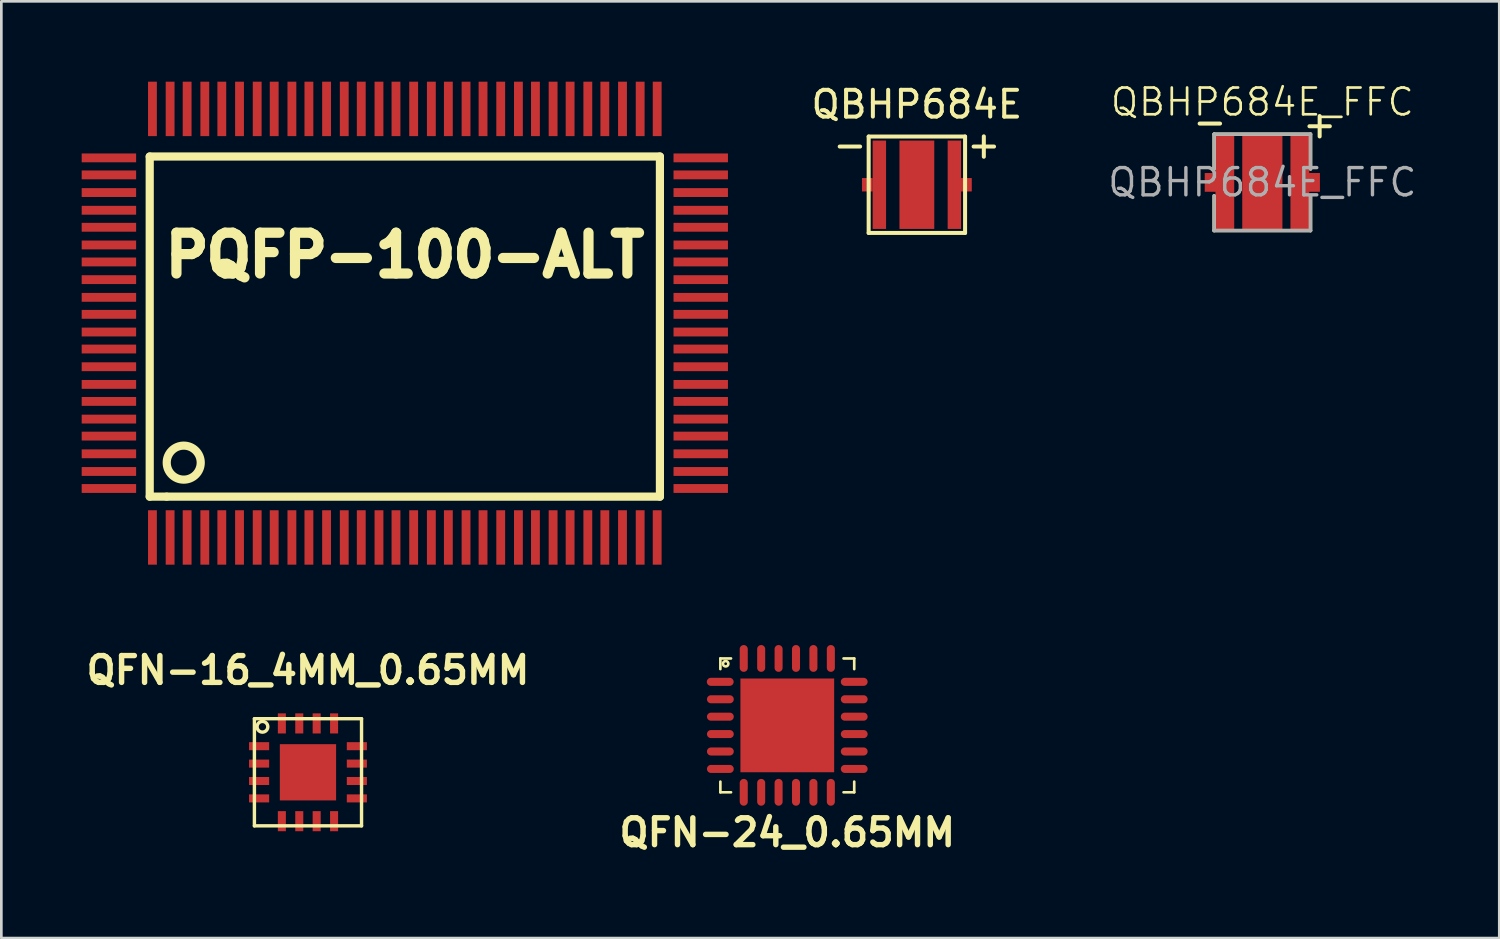
<source format=kicad_pcb>
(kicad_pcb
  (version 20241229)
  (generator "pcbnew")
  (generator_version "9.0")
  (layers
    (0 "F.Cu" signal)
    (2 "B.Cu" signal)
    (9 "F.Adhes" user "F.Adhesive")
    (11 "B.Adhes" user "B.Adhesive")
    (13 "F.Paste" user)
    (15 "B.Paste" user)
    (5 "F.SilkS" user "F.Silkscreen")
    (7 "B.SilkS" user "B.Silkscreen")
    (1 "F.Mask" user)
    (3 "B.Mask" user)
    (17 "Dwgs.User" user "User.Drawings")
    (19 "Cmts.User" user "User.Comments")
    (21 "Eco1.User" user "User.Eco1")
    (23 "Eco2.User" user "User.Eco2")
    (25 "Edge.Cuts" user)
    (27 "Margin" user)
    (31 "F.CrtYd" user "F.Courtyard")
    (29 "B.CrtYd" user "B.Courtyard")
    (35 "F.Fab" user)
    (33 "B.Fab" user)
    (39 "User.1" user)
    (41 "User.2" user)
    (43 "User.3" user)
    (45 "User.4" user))
  (footprint "QBHP684E"
    (layer "F.Cu")
    (at 31.184 3.848)
    (property "Reference" "QBHP684E" (at 0 -3 0) (layer "F.SilkS") (effects (font (size 1 1) (thickness 0.15))))
    (attr through_hole)
    (fp_line (start -1.8 -1.8) (end 1.8 -1.8) (stroke (width 0.15) (type solid)) (layer "F.SilkS"))
    (fp_line (start -1.8 1.8) (end -1.8 -1.8) (stroke (width 0.15) (type solid)) (layer "F.SilkS"))
    (fp_line (start 1.8 -1.8) (end 1.8 1.8) (stroke (width 0.15) (type solid)) (layer "F.SilkS"))
    (fp_line (start 1.8 1.8) (end -1.8 1.8) (stroke (width 0.15) (type solid)) (layer "F.SilkS"))
    (fp_text user "-" (at -2.5 -1.5 0) (layer "F.SilkS") (effects (font (size 1 1) (thickness 0.15))))
    (fp_text user "+" (at 2.5 -1.5 0) (layer "F.SilkS") (effects (font (size 1 1) (thickness 0.15))))
    (pad "" smd rect (at 0 0) (size 1.3 3.3) (layers "F.Cu" "F.Mask" "F.Paste"))
    (pad "1" smd rect (at -1.85 0) (size 0.4 0.5) (layers "F.Cu" "F.Mask" "F.Paste"))
    (pad "1" smd rect (at -1.4 0) (size 0.5 3.3) (layers "F.Cu" "F.Mask" "F.Paste"))
    (pad "2" smd rect (at 1.4 0) (size 0.5 3.3) (layers "F.Cu" "F.Mask" "F.Paste"))
    (pad "2" smd rect (at 1.85 0) (size 0.4 0.5) (layers "F.Cu" "F.Mask" "F.Paste")))
  (footprint "QBHP684E_FFC"
    (layer "F.Cu")
    (at 44.083 3.76)
    (property "Reference" "QBHP684E_FFC" (at 0 -3 0) (layer "F.SilkS") (effects (font (size 1 1) (thickness 0.1))))
    (attr smd)
    (fp_line (start -1.8 -1.8) (end 1.8 -1.8) (stroke (width 0.127) (type solid)) (layer "F.SilkS"))
    (fp_line (start -1.8 -0.5) (end -1.8 -1.8) (stroke (width 0.127) (type solid)) (layer "F.SilkS"))
    (fp_line (start -1.8 0.5) (end -1.8 1.8) (stroke (width 0.127) (type solid)) (layer "F.SilkS"))
    (fp_line (start 1.8 -0.5) (end 1.8 -1.8) (stroke (width 0.127) (type solid)) (layer "F.SilkS"))
    (fp_line (start 1.8 0.5) (end 1.8 1.8) (stroke (width 0.127) (type solid)) (layer "F.SilkS"))
    (fp_line (start 1.8 1.8) (end -1.8 1.8) (stroke (width 0.127) (type solid)) (layer "F.SilkS"))
    (fp_line (start -1.8 -1.8) (end 1.8 -1.8) (stroke (width 0.127) (type solid)) (layer "F.Fab"))
    (fp_line (start -1.8 -0.5) (end -1.8 -1.8) (stroke (width 0.127) (type solid)) (layer "F.Fab"))
    (fp_line (start -1.8 0.5) (end -1.8 1.8) (stroke (width 0.127) (type solid)) (layer "F.Fab"))
    (fp_line (start -1.8 1.8) (end 1.8 1.8) (stroke (width 0.127) (type solid)) (layer "F.Fab"))
    (fp_line (start 1.8 -1.8) (end 1.8 -0.5) (stroke (width 0.127) (type solid)) (layer "F.Fab"))
    (fp_line (start 1.8 1.8) (end 1.8 0.5) (stroke (width 0.127) (type solid)) (layer "F.Fab"))
    (fp_text user "+" (at 2.14 -2.17 0) (layer "F.SilkS") (effects (font (size 1 1) (thickness 0.15))))
    (fp_text user "-" (at -1.96 -2.27 0) (layer "F.SilkS") (effects (font (size 1 1) (thickness 0.15))))
    (fp_text user "${REFERENCE}" (at 0 0 0) (layer "F.Fab") (effects (font (size 1.016 1.016) (thickness 0.127))))
    (pad "" smd rect (at 0 0) (size 1.5 3.5) (layers "F.Cu" "F.Mask" "F.Paste"))
    (pad "1" smd rect (at -1.75 0) (size 0.8 0.7) (layers "F.Cu" "F.Mask" "F.Paste"))
    (pad "1" smd rect (at -1.4 0) (size 0.7 3.5) (layers "F.Cu" "F.Mask" "F.Paste"))
    (pad "2" smd rect (at 1.4 0) (size 0.7 3.5) (layers "F.Cu" "F.Mask" "F.Paste"))
    (pad "2" smd rect (at 1.75 0) (size 0.8 0.7) (layers "F.Cu" "F.Mask" "F.Paste")))
  (footprint "QFN-16_4MM_0.65MM"
    (layer "F.Cu")
    (at 8.449 25.786)
    (property "Reference" "QFN-16_4MM_0.65MM" (at 0 -3.81 0) (layer "F.SilkS") (effects (font (size 1.001 1.001) (thickness 0.203))))
    (attr through_hole)
    (fp_line (start -2 -2) (end -2 2) (stroke (width 0.127) (type solid)) (layer "F.SilkS"))
    (fp_line (start -2 2) (end 2 2) (stroke (width 0.127) (type solid)) (layer "F.SilkS"))
    (fp_line (start 2 -2) (end -2 -2) (stroke (width 0.127) (type solid)) (layer "F.SilkS"))
    (fp_line (start 2 2) (end 2 -2) (stroke (width 0.127) (type solid)) (layer "F.SilkS"))
    (fp_circle (center -1.7 -1.7) (end -1.7 -1.5) (stroke (width 0.127) (type solid)) (fill no) (layer "F.SilkS"))
    (pad "1" smd rect (at -1.825 -0.975) (size 0.75 0.3) (layers "F.Cu" "F.Mask" "F.Paste"))
    (pad "2" smd rect (at -1.825 -0.325) (size 0.75 0.3) (layers "F.Cu" "F.Mask" "F.Paste"))
    (pad "3" smd rect (at -1.825 0.325) (size 0.75 0.3) (layers "F.Cu" "F.Mask" "F.Paste"))
    (pad "4" smd rect (at -1.825 0.975) (size 0.75 0.3) (layers "F.Cu" "F.Mask" "F.Paste"))
    (pad "5" smd rect (at -0.975 1.825 90) (size 0.75 0.3) (layers "F.Cu" "F.Mask" "F.Paste"))
    (pad "6" smd rect (at -0.325 1.825 90) (size 0.75 0.3) (layers "F.Cu" "F.Mask" "F.Paste"))
    (pad "7" smd rect (at 0.325 1.825 90) (size 0.75 0.3) (layers "F.Cu" "F.Mask" "F.Paste"))
    (pad "8" smd rect (at 0.975 1.825 90) (size 0.75 0.3) (layers "F.Cu" "F.Mask" "F.Paste"))
    (pad "9" smd rect (at 1.825 0.975) (size 0.75 0.3) (layers "F.Cu" "F.Mask" "F.Paste"))
    (pad "10" smd rect (at 1.825 0.325) (size 0.75 0.3) (layers "F.Cu" "F.Mask" "F.Paste"))
    (pad "11" smd rect (at 1.825 -0.325) (size 0.75 0.3) (layers "F.Cu" "F.Mask" "F.Paste"))
    (pad "12" smd rect (at 1.825 -0.975) (size 0.75 0.3) (layers "F.Cu" "F.Mask" "F.Paste"))
    (pad "13" smd rect (at 0.975 -1.825 270) (size 0.75 0.3) (layers "F.Cu" "F.Mask" "F.Paste"))
    (pad "14" smd rect (at 0.325 -1.825 270) (size 0.75 0.3) (layers "F.Cu" "F.Mask" "F.Paste"))
    (pad "15" smd rect (at -0.325 -1.825 270) (size 0.75 0.3) (layers "F.Cu" "F.Mask" "F.Paste"))
    (pad "16" smd rect (at -0.975 -1.825 270) (size 0.75 0.3) (layers "F.Cu" "F.Mask" "F.Paste"))
    (pad "17" smd rect (at 0 0) (size 2.1 2.1) (layers "F.Cu" "F.Mask" "F.Paste")))
  (footprint "QFN-24_0.65MM"
    (layer "F.Cu")
    (at 26.346 24.034)
    (property "Reference" "QFN-24_0.65MM" (at 0 4 0) (layer "F.SilkS") (effects (font (size 1.001 1.001) (thickness 0.203))))
    (attr through_hole)
    (fp_line (start -2.499 -2.499) (end -2.499 -2.101) (stroke (width 0.099) (type solid)) (layer "F.SilkS"))
    (fp_line (start -2.499 2.101) (end -2.499 2.499) (stroke (width 0.099) (type solid)) (layer "F.SilkS"))
    (fp_line (start -2.499 2.499) (end -2.101 2.499) (stroke (width 0.099) (type solid)) (layer "F.SilkS"))
    (fp_line (start -2.101 -2.499) (end -2.499 -2.499) (stroke (width 0.099) (type solid)) (layer "F.SilkS"))
    (fp_line (start 2.101 2.499) (end 2.499 2.499) (stroke (width 0.099) (type solid)) (layer "F.SilkS"))
    (fp_line (start 2.499 -2.499) (end 2.101 -2.499) (stroke (width 0.099) (type solid)) (layer "F.SilkS"))
    (fp_line (start 2.499 -2.499) (end 2.499 -2.101) (stroke (width 0.099) (type solid)) (layer "F.SilkS"))
    (fp_line (start 2.499 2.101) (end 2.499 2.499) (stroke (width 0.099) (type solid)) (layer "F.SilkS"))
    (fp_circle (center -2.301 -2.301) (end -2.301 -2.2) (stroke (width 0.099) (type solid)) (fill no) (layer "F.SilkS"))
    (pad "1" smd oval (at -2.504 -1.626) (size 1.001 0.3) (layers "F.Cu" "F.Mask" "F.Paste"))
    (pad "2" smd oval (at -2.499 -0.975) (size 1.001 0.3) (layers "F.Cu" "F.Mask" "F.Paste"))
    (pad "3" smd oval (at -2.499 -0.325) (size 1.001 0.3) (layers "F.Cu" "F.Mask" "F.Paste"))
    (pad "4" smd oval (at -2.499 0.325) (size 1.001 0.3) (layers "F.Cu" "F.Mask" "F.Paste"))
    (pad "5" smd oval (at -2.499 0.975) (size 1.001 0.3) (layers "F.Cu" "F.Mask" "F.Paste"))
    (pad "6" smd oval (at -2.499 1.626) (size 1.001 0.3) (layers "F.Cu" "F.Mask" "F.Paste"))
    (pad "7" smd oval (at -1.626 2.499 90) (size 1.001 0.3) (layers "F.Cu" "F.Mask" "F.Paste"))
    (pad "8" smd oval (at -0.975 2.499 90) (size 1.001 0.3) (layers "F.Cu" "F.Mask" "F.Paste"))
    (pad "9" smd oval (at -0.325 2.499 90) (size 1.001 0.3) (layers "F.Cu" "F.Mask" "F.Paste"))
    (pad "10" smd oval (at 0.325 2.499 90) (size 1.001 0.3) (layers "F.Cu" "F.Mask" "F.Paste"))
    (pad "11" smd oval (at 0.975 2.499 90) (size 1.001 0.3) (layers "F.Cu" "F.Mask" "F.Paste"))
    (pad "12" smd oval (at 1.626 2.499 90) (size 1.001 0.3) (layers "F.Cu" "F.Mask" "F.Paste"))
    (pad "13" smd oval (at 2.499 1.626 180) (size 1.001 0.3) (layers "F.Cu" "F.Mask" "F.Paste"))
    (pad "14" smd oval (at 2.499 0.975 180) (size 1.001 0.3) (layers "F.Cu" "F.Mask" "F.Paste"))
    (pad "15" smd oval (at 2.499 0.325 180) (size 1.001 0.3) (layers "F.Cu" "F.Mask" "F.Paste"))
    (pad "16" smd oval (at 2.499 -0.325 180) (size 1.001 0.3) (layers "F.Cu" "F.Mask" "F.Paste"))
    (pad "17" smd oval (at 2.499 -0.975 180) (size 1.001 0.3) (layers "F.Cu" "F.Mask" "F.Paste"))
    (pad "18" smd oval (at 2.499 -1.626 180) (size 1.001 0.3) (layers "F.Cu" "F.Mask" "F.Paste"))
    (pad "19" smd oval (at 1.626 -2.499 270) (size 1.001 0.3) (layers "F.Cu" "F.Mask" "F.Paste"))
    (pad "20" smd oval (at 0.975 -2.499 270) (size 1.001 0.3) (layers "F.Cu" "F.Mask" "F.Paste"))
    (pad "21" smd oval (at 0.325 -2.499 270) (size 1.001 0.3) (layers "F.Cu" "F.Mask" "F.Paste"))
    (pad "22" smd oval (at -0.325 -2.499 270) (size 1.001 0.3) (layers "F.Cu" "F.Mask" "F.Paste"))
    (pad "23" smd oval (at -0.975 -2.499 270) (size 1.001 0.3) (layers "F.Cu" "F.Mask" "F.Paste"))
    (pad "24" smd oval (at -1.626 -2.499 270) (size 1.001 0.3) (layers "F.Cu" "F.Mask" "F.Paste"))
    (pad "25" smd rect (at 0 0 270) (size 3.5 3.5) (layers "F.Cu" "F.Mask" "F.Paste")))
  (footprint "PQFP-100-ALT"
    (layer "F.Cu")
    (at 12.065 9.017)
    (property "Reference" "PQFP-100-ALT" (at 0 -2.54 0) (layer "F.SilkS") (effects (font (size 1.524 1.524) (thickness 0.381))))
    (attr smd)
    (fp_line (start -9.525 -6.223) (end 9.525 -6.223) (stroke (width 0.305) (type solid)) (layer "F.SilkS"))
    (fp_line (start -9.525 6.477) (end -9.525 -6.223) (stroke (width 0.305) (type solid)) (layer "F.SilkS"))
    (fp_line (start -8.89 6.477) (end -9.525 6.477) (stroke (width 0.305) (type solid)) (layer "F.SilkS"))
    (fp_line (start 9.525 -6.223) (end 9.525 6.477) (stroke (width 0.305) (type solid)) (layer "F.SilkS"))
    (fp_line (start 9.525 6.477) (end -8.89 6.477) (stroke (width 0.305) (type solid)) (layer "F.SilkS"))
    (fp_circle (center -8.255 5.207) (end -8.255 5.842) (stroke (width 0.305) (type solid)) (fill no) (layer "F.SilkS"))
    (pad "1" smd rect (at -9.423 8.001) (size 0.33 2.032) (layers "F.Cu" "F.Mask" "F.Paste"))
    (pad "2" smd rect (at -8.763 8.001) (size 0.33 2.032) (layers "F.Cu" "F.Mask" "F.Paste"))
    (pad "3" smd rect (at -8.128 8.001) (size 0.33 2.032) (layers "F.Cu" "F.Mask" "F.Paste"))
    (pad "4" smd rect (at -7.468 8.001) (size 0.33 2.032) (layers "F.Cu" "F.Mask" "F.Paste"))
    (pad "5" smd rect (at -6.833 8.001) (size 0.33 2.032) (layers "F.Cu" "F.Mask" "F.Paste"))
    (pad "6" smd rect (at -6.172 8.001) (size 0.33 2.032) (layers "F.Cu" "F.Mask" "F.Paste"))
    (pad "7" smd rect (at -5.512 8.001) (size 0.33 2.032) (layers "F.Cu" "F.Mask" "F.Paste"))
    (pad "8" smd rect (at -4.877 8.001) (size 0.33 2.032) (layers "F.Cu" "F.Mask" "F.Paste"))
    (pad "9" smd rect (at -4.216 8.001) (size 0.33 2.032) (layers "F.Cu" "F.Mask" "F.Paste"))
    (pad "10" smd rect (at -3.581 8.001) (size 0.33 2.032) (layers "F.Cu" "F.Mask" "F.Paste"))
    (pad "11" smd rect (at -2.921 8.001) (size 0.33 2.032) (layers "F.Cu" "F.Mask" "F.Paste"))
    (pad "12" smd rect (at -2.261 8.001) (size 0.33 2.032) (layers "F.Cu" "F.Mask" "F.Paste"))
    (pad "13" smd rect (at -1.626 8.001) (size 0.33 2.032) (layers "F.Cu" "F.Mask" "F.Paste"))
    (pad "14" smd rect (at -0.965 8.001) (size 0.33 2.032) (layers "F.Cu" "F.Mask" "F.Paste"))
    (pad "15" smd rect (at -0.33 8.001) (size 0.33 2.032) (layers "F.Cu" "F.Mask" "F.Paste"))
    (pad "16" smd rect (at 0.33 8.001) (size 0.33 2.032) (layers "F.Cu" "F.Mask" "F.Paste"))
    (pad "17" smd rect (at 0.991 8.001) (size 0.33 2.032) (layers "F.Cu" "F.Mask" "F.Paste"))
    (pad "18" smd rect (at 1.626 8.001) (size 0.33 2.032) (layers "F.Cu" "F.Mask" "F.Paste"))
    (pad "19" smd rect (at 2.286 8.001) (size 0.33 2.032) (layers "F.Cu" "F.Mask" "F.Paste"))
    (pad "20" smd rect (at 2.921 8.001) (size 0.33 2.032) (layers "F.Cu" "F.Mask" "F.Paste"))
    (pad "21" smd rect (at 3.581 8.001) (size 0.33 2.032) (layers "F.Cu" "F.Mask" "F.Paste"))
    (pad "22" smd rect (at 4.242 8.001) (size 0.33 2.032) (layers "F.Cu" "F.Mask" "F.Paste"))
    (pad "23" smd rect (at 4.877 8.001) (size 0.33 2.032) (layers "F.Cu" "F.Mask" "F.Paste"))
    (pad "24" smd rect (at 5.537 8.001) (size 0.33 2.032) (layers "F.Cu" "F.Mask" "F.Paste"))
    (pad "25" smd rect (at 6.172 8.001) (size 0.33 2.032) (layers "F.Cu" "F.Mask" "F.Paste"))
    (pad "26" smd rect (at 6.833 8.001) (size 0.33 2.032) (layers "F.Cu" "F.Mask" "F.Paste"))
    (pad "27" smd rect (at 7.468 8.001) (size 0.33 2.032) (layers "F.Cu" "F.Mask" "F.Paste"))
    (pad "28" smd rect (at 8.128 8.001) (size 0.33 2.032) (layers "F.Cu" "F.Mask" "F.Paste"))
    (pad "29" smd rect (at 8.788 8.001) (size 0.33 2.032) (layers "F.Cu" "F.Mask" "F.Paste"))
    (pad "30" smd rect (at 9.423 8.001) (size 0.33 2.032) (layers "F.Cu" "F.Mask" "F.Paste"))
    (pad "31" smd rect (at 11.049 6.172) (size 2.032 0.33) (layers "F.Cu" "F.Mask" "F.Paste"))
    (pad "32" smd rect (at 11.049 5.537) (size 2.032 0.33) (layers "F.Cu" "F.Mask" "F.Paste"))
    (pad "33" smd rect (at 11.049 4.877) (size 2.032 0.33) (layers "F.Cu" "F.Mask" "F.Paste"))
    (pad "34" smd rect (at 11.049 4.216) (size 2.032 0.33) (layers "F.Cu" "F.Mask" "F.Paste"))
    (pad "35" smd rect (at 11.049 3.581) (size 2.032 0.33) (layers "F.Cu" "F.Mask" "F.Paste"))
    (pad "36" smd rect (at 11.049 2.921) (size 2.032 0.33) (layers "F.Cu" "F.Mask" "F.Paste"))
    (pad "37" smd rect (at 11.049 2.286) (size 2.032 0.33) (layers "F.Cu" "F.Mask" "F.Paste"))
    (pad "38" smd rect (at 11.049 1.626) (size 2.032 0.33) (layers "F.Cu" "F.Mask" "F.Paste"))
    (pad "39" smd rect (at 11.049 0.965) (size 2.032 0.33) (layers "F.Cu" "F.Mask" "F.Paste"))
    (pad "40" smd rect (at 11.049 0.33) (size 2.032 0.33) (layers "F.Cu" "F.Mask" "F.Paste"))
    (pad "41" smd rect (at 11.049 -0.33) (size 2.032 0.33) (layers "F.Cu" "F.Mask" "F.Paste"))
    (pad "42" smd rect (at 11.049 -0.965) (size 2.032 0.33) (layers "F.Cu" "F.Mask" "F.Paste"))
    (pad "43" smd rect (at 11.049 -1.626) (size 2.032 0.33) (layers "F.Cu" "F.Mask" "F.Paste"))
    (pad "44" smd rect (at 11.049 -2.286) (size 2.032 0.33) (layers "F.Cu" "F.Mask" "F.Paste"))
    (pad "45" smd rect (at 11.049 -2.921) (size 2.032 0.33) (layers "F.Cu" "F.Mask" "F.Paste"))
    (pad "46" smd rect (at 11.049 -3.581) (size 2.032 0.33) (layers "F.Cu" "F.Mask" "F.Paste"))
    (pad "47" smd rect (at 11.049 -4.216) (size 2.032 0.33) (layers "F.Cu" "F.Mask" "F.Paste"))
    (pad "48" smd rect (at 11.049 -4.877) (size 2.032 0.33) (layers "F.Cu" "F.Mask" "F.Paste"))
    (pad "49" smd rect (at 11.049 -5.537) (size 2.032 0.33) (layers "F.Cu" "F.Mask" "F.Paste"))
    (pad "50" smd rect (at 11.049 -6.172) (size 2.032 0.33) (layers "F.Cu" "F.Mask" "F.Paste"))
    (pad "51" smd rect (at 9.423 -8.001) (size 0.33 2.032) (layers "F.Cu" "F.Mask" "F.Paste"))
    (pad "52" smd rect (at 8.788 -8.001) (size 0.33 2.032) (layers "F.Cu" "F.Mask" "F.Paste"))
    (pad "53" smd rect (at 8.128 -8.001) (size 0.33 2.032) (layers "F.Cu" "F.Mask" "F.Paste"))
    (pad "54" smd rect (at 7.468 -8.001) (size 0.33 2.032) (layers "F.Cu" "F.Mask" "F.Paste"))
    (pad "55" smd rect (at 6.833 -8.001) (size 0.33 2.032) (layers "F.Cu" "F.Mask" "F.Paste"))
    (pad "56" smd rect (at 6.172 -8.001) (size 0.33 2.032) (layers "F.Cu" "F.Mask" "F.Paste"))
    (pad "57" smd rect (at 5.537 -8.001) (size 0.33 2.032) (layers "F.Cu" "F.Mask" "F.Paste"))
    (pad "58" smd rect (at 4.877 -8.001) (size 0.33 2.032) (layers "F.Cu" "F.Mask" "F.Paste"))
    (pad "59" smd rect (at 4.242 -8.001) (size 0.33 2.032) (layers "F.Cu" "F.Mask" "F.Paste"))
    (pad "60" smd rect (at 3.581 -8.001) (size 0.33 2.032) (layers "F.Cu" "F.Mask" "F.Paste"))
    (pad "61" smd rect (at 2.921 -8.001) (size 0.33 2.032) (layers "F.Cu" "F.Mask" "F.Paste"))
    (pad "62" smd rect (at 2.286 -8.001) (size 0.33 2.032) (layers "F.Cu" "F.Mask" "F.Paste"))
    (pad "63" smd rect (at 1.626 -8.001) (size 0.33 2.032) (layers "F.Cu" "F.Mask" "F.Paste"))
    (pad "64" smd rect (at 0.991 -8.001) (size 0.33 2.032) (layers "F.Cu" "F.Mask" "F.Paste"))
    (pad "65" smd rect (at 0.33 -8.001) (size 0.33 2.032) (layers "F.Cu" "F.Mask" "F.Paste"))
    (pad "66" smd rect (at -0.33 -8.001) (size 0.33 2.032) (layers "F.Cu" "F.Mask" "F.Paste"))
    (pad "67" smd rect (at -0.965 -8.001) (size 0.33 2.032) (layers "F.Cu" "F.Mask" "F.Paste"))
    (pad "68" smd rect (at -1.626 -8.001) (size 0.33 2.032) (layers "F.Cu" "F.Mask" "F.Paste"))
    (pad "69" smd rect (at -2.261 -8.001) (size 0.33 2.032) (layers "F.Cu" "F.Mask" "F.Paste"))
    (pad "70" smd rect (at -2.921 -8.001) (size 0.33 2.032) (layers "F.Cu" "F.Mask" "F.Paste"))
    (pad "71" smd rect (at -3.581 -8.001) (size 0.33 2.032) (layers "F.Cu" "F.Mask" "F.Paste"))
    (pad "72" smd rect (at -4.216 -8.001) (size 0.33 2.032) (layers "F.Cu" "F.Mask" "F.Paste"))
    (pad "73" smd rect (at -4.877 -8.001) (size 0.33 2.032) (layers "F.Cu" "F.Mask" "F.Paste"))
    (pad "74" smd rect (at -5.512 -8.001) (size 0.33 2.032) (layers "F.Cu" "F.Mask" "F.Paste"))
    (pad "75" smd rect (at -6.172 -8.001) (size 0.33 2.032) (layers "F.Cu" "F.Mask" "F.Paste"))
    (pad "76" smd rect (at -6.833 -8.001) (size 0.33 2.032) (layers "F.Cu" "F.Mask" "F.Paste"))
    (pad "77" smd rect (at -7.468 -8.001) (size 0.33 2.032) (layers "F.Cu" "F.Mask" "F.Paste"))
    (pad "78" smd rect (at -8.128 -8.001) (size 0.33 2.032) (layers "F.Cu" "F.Mask" "F.Paste"))
    (pad "79" smd rect (at -8.763 -8.001) (size 0.33 2.032) (layers "F.Cu" "F.Mask" "F.Paste"))
    (pad "80" smd rect (at -9.423 -8.001) (size 0.33 2.032) (layers "F.Cu" "F.Mask" "F.Paste"))
    (pad "81" smd rect (at -11.049 -6.172) (size 2.032 0.33) (layers "F.Cu" "F.Mask" "F.Paste"))
    (pad "82" smd rect (at -11.049 -5.537) (size 2.032 0.33) (layers "F.Cu" "F.Mask" "F.Paste"))
    (pad "83" smd rect (at -11.049 -4.877) (size 2.032 0.33) (layers "F.Cu" "F.Mask" "F.Paste"))
    (pad "84" smd rect (at -11.049 -4.216) (size 2.032 0.33) (layers "F.Cu" "F.Mask" "F.Paste"))
    (pad "85" smd rect (at -11.049 -3.581) (size 2.032 0.33) (layers "F.Cu" "F.Mask" "F.Paste"))
    (pad "86" smd rect (at -11.049 -2.921) (size 2.032 0.33) (layers "F.Cu" "F.Mask" "F.Paste"))
    (pad "87" smd rect (at -11.049 -2.286) (size 2.032 0.33) (layers "F.Cu" "F.Mask" "F.Paste"))
    (pad "88" smd rect (at -11.049 -1.626) (size 2.032 0.33) (layers "F.Cu" "F.Mask" "F.Paste"))
    (pad "89" smd rect (at -11.049 -0.965) (size 2.032 0.33) (layers "F.Cu" "F.Mask" "F.Paste"))
    (pad "90" smd rect (at -11.049 -0.33) (size 2.032 0.33) (layers "F.Cu" "F.Mask" "F.Paste"))
    (pad "91" smd rect (at -11.049 0.33) (size 2.032 0.33) (layers "F.Cu" "F.Mask" "F.Paste"))
    (pad "92" smd rect (at -11.049 0.965) (size 2.032 0.33) (layers "F.Cu" "F.Mask" "F.Paste"))
    (pad "93" smd rect (at -11.049 1.626) (size 2.032 0.33) (layers "F.Cu" "F.Mask" "F.Paste"))
    (pad "94" smd rect (at -11.049 2.286) (size 2.032 0.33) (layers "F.Cu" "F.Mask" "F.Paste"))
    (pad "95" smd rect (at -11.049 2.921) (size 2.032 0.33) (layers "F.Cu" "F.Mask" "F.Paste"))
    (pad "96" smd rect (at -11.049 3.581) (size 2.032 0.33) (layers "F.Cu" "F.Mask" "F.Paste"))
    (pad "97" smd rect (at -11.049 4.216) (size 2.032 0.33) (layers "F.Cu" "F.Mask" "F.Paste"))
    (pad "98" smd rect (at -11.049 4.877) (size 2.032 0.33) (layers "F.Cu" "F.Mask" "F.Paste"))
    (pad "99" smd rect (at -11.049 5.537) (size 2.032 0.33) (layers "F.Cu" "F.Mask" "F.Paste"))
    (pad "100" smd rect (at -11.049 6.172) (size 2.032 0.33) (layers "F.Cu" "F.Mask" "F.Paste")))
  (gr_rect
    (start -3 -3)
    (end 52.93 31.976)
    (stroke (width 0.1) (type default))
    (fill no)
    (layer "Edge.Cuts")))
</source>
